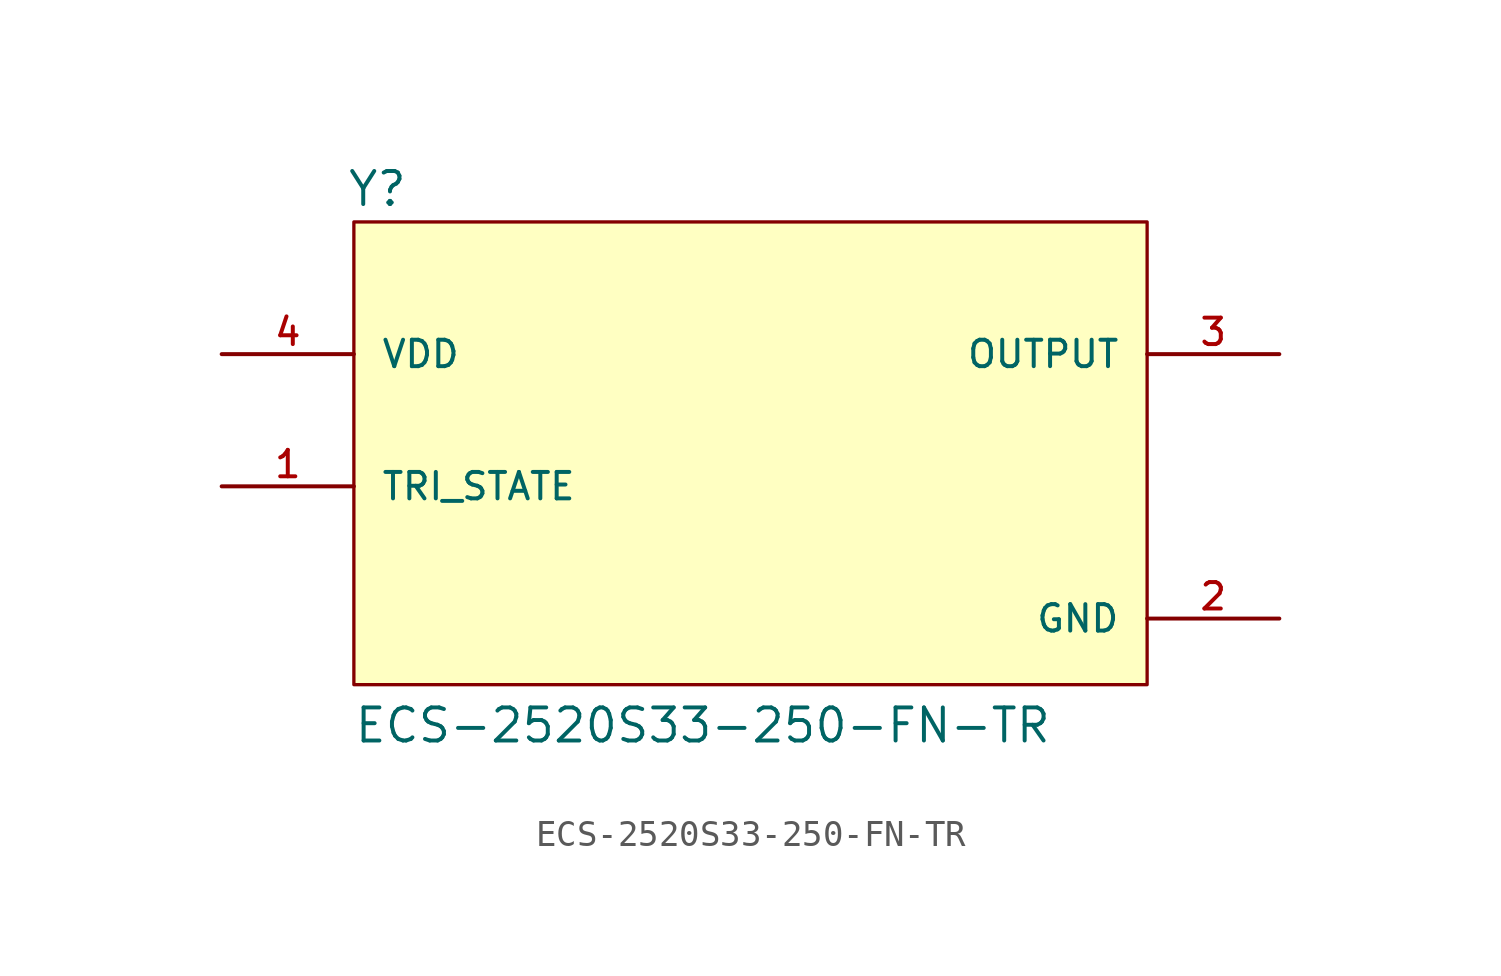
<source format=kicad_sym>
(kicad_symbol_lib
  (version 20211014)
  (generator kicad_symbol_editor)
  (symbol "ECS-2520S33-250-FN-TR"
    (pin_names
      (offset 1.016))
    (property "Reference" "Y"
      (at -15.525 8.144 0)
      (effects (font (size 1.27 1.27)) (justify bottom left)))
    (property "Value" "ECS-2520S33-250-FN-TR"
      (at -15.268 -12.469 0)
      (effects (font (size 1.27 1.27)) (justify bottom left)))
    (symbol "ECS-2520S33-250-FN-TR_0_0"
      (rectangle (start -15.24 -10.16) (end 15.24 7.62) (stroke (width 0.127)) (fill (type background)))
      (pin input line (at -20.32 -2.54 0) (length 5.08) (name "TRI_STATE" (effects (font (size 1.016 1.016)))) (number "1" (effects (font (size 1.016 1.016)))))
      (pin output line (at 20.32 2.54 180.0) (length 5.08) (name "OUTPUT" (effects (font (size 1.016 1.016)))) (number "3" (effects (font (size 1.016 1.016)))))
      (pin input line (at -20.32 2.54 0) (length 5.08) (name "VDD" (effects (font (size 1.016 1.016)))) (number "4" (effects (font (size 1.016 1.016)))))
      (pin power_in line (at 20.32 -7.62 180.0) (length 5.08) (name "GND" (effects (font (size 1.016 1.016)))) (number "2" (effects (font (size 1.016 1.016))))))))
</source>
